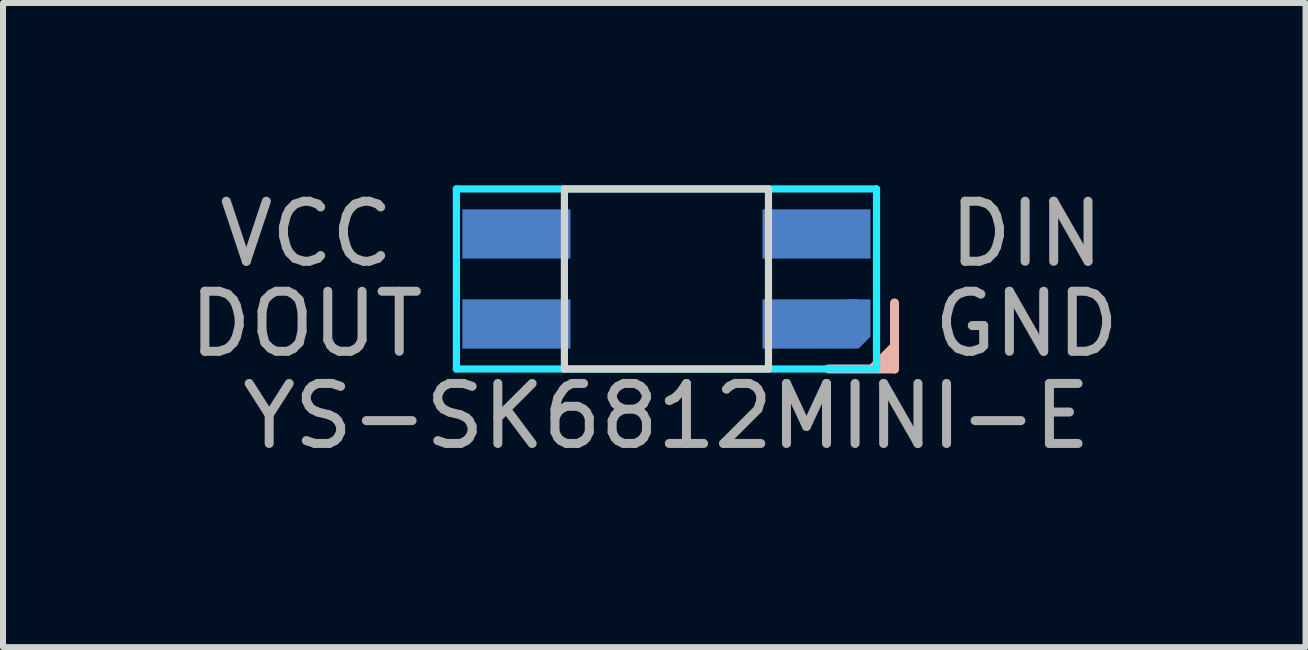
<source format=kicad_pcb>
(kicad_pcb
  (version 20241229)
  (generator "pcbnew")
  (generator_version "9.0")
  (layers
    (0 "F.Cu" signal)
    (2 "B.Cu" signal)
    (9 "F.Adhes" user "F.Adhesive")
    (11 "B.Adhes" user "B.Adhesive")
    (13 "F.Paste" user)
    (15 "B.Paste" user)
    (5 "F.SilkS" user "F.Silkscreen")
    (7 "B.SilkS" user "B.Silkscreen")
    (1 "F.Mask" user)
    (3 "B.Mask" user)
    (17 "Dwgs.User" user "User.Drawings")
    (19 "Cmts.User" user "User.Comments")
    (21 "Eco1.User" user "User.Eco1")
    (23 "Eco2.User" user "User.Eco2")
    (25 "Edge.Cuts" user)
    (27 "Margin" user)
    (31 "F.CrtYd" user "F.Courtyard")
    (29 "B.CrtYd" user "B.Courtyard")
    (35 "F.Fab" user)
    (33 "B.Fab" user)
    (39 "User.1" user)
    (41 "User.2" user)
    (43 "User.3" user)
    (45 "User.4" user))
  (footprint "YS-SK6812MINI-E"
    (layer "F.Cu")
    (at 8.054 1.598)
    (property "Reference" "YS-SK6812MINI-E" (at 0 2.286 0) (layer "F.Fab") (effects (font (size 1 1) (thickness 0.15))))
    (attr through_hole)
    (fp_line (start 3.8 0.4) (end 3.8 1.5) (stroke (width 0.15) (type solid)) (layer "B.SilkS"))
    (fp_line (start 3.8 1.5) (end 2.7 1.5) (stroke (width 0.15) (type solid)) (layer "B.SilkS"))
    (fp_poly (pts (xy 3.8 1.5) (xy 3.4 1.5) (xy 3.8 1.1)) (stroke (width 0.12) (type solid)) (fill yes) (layer "B.SilkS"))
    (fp_line (start -1.7 -1.5) (end 1.7 -1.5) (stroke (width 0.12) (type solid)) (layer "Edge.Cuts"))
    (fp_line (start -1.7 1.5) (end -1.7 -1.5) (stroke (width 0.12) (type solid)) (layer "Edge.Cuts"))
    (fp_line (start 1.7 -1.5) (end 1.7 1.5) (stroke (width 0.12) (type solid)) (layer "Edge.Cuts"))
    (fp_line (start 1.7 1.5) (end -1.7 1.5) (stroke (width 0.12) (type solid)) (layer "Edge.Cuts"))
    (fp_line (start -3.5 -1.5) (end 3.5 -1.5) (stroke (width 0.12) (type solid)) (layer "B.CrtYd"))
    (fp_line (start -3.5 1.5) (end -3.5 -1.5) (stroke (width 0.12) (type solid)) (layer "B.CrtYd"))
    (fp_line (start 3.5 -1.5) (end 3.5 1.5) (stroke (width 0.12) (type solid)) (layer "B.CrtYd"))
    (fp_line (start 3.5 1.5) (end -3.5 1.5) (stroke (width 0.12) (type solid)) (layer "B.CrtYd"))
    (fp_text user "VCC" (at -6 -0.75 0) (layer "F.Fab") (effects (font (size 1 1) (thickness 0.15))))
    (fp_text user "DIN" (at 6 -0.75 0) (layer "F.Fab") (effects (font (size 1 1) (thickness 0.15))))
    (fp_text user "GND" (at 6 0.75 0) (layer "F.Fab") (effects (font (size 1 1) (thickness 0.15))))
    (fp_text user "DOUT" (at -6 0.75 0) (layer "F.Fab") (effects (font (size 1 1) (thickness 0.15))))
    (pad "1" smd rect (at -2.5 -0.75 180) (size 1.8 0.82) (layers "B.Cu" "B.Mask" "B.Paste"))
    (pad "2" smd rect (at -2.5 0.75 180) (size 1.8 0.82) (layers "B.Cu" "B.Mask" "B.Paste"))
    (pad "3" smd rect (at 2.4 0.75 180) (size 1.6 0.82) (layers "B.Cu" "B.Mask" "B.Paste"))
    (pad "3" smd rect (at 3.2 0.65 180) (size 0.4 0.62) (layers "B.Cu" "B.Mask" "B.Paste"))
    (pad "3" smd rect (at 3.2 0.96 135) (size 0.283 0.283) (layers "B.Cu" "B.Mask" "B.Paste"))
    (pad "4" smd rect (at 2.5 -0.75 180) (size 1.8 0.82) (layers "B.Cu" "B.Mask" "B.Paste")))
  (gr_rect
    (start -3 -3)
    (end 18.702 7.732)
    (stroke (width 0.1) (type default))
    (fill no)
    (layer "Edge.Cuts")))
</source>
